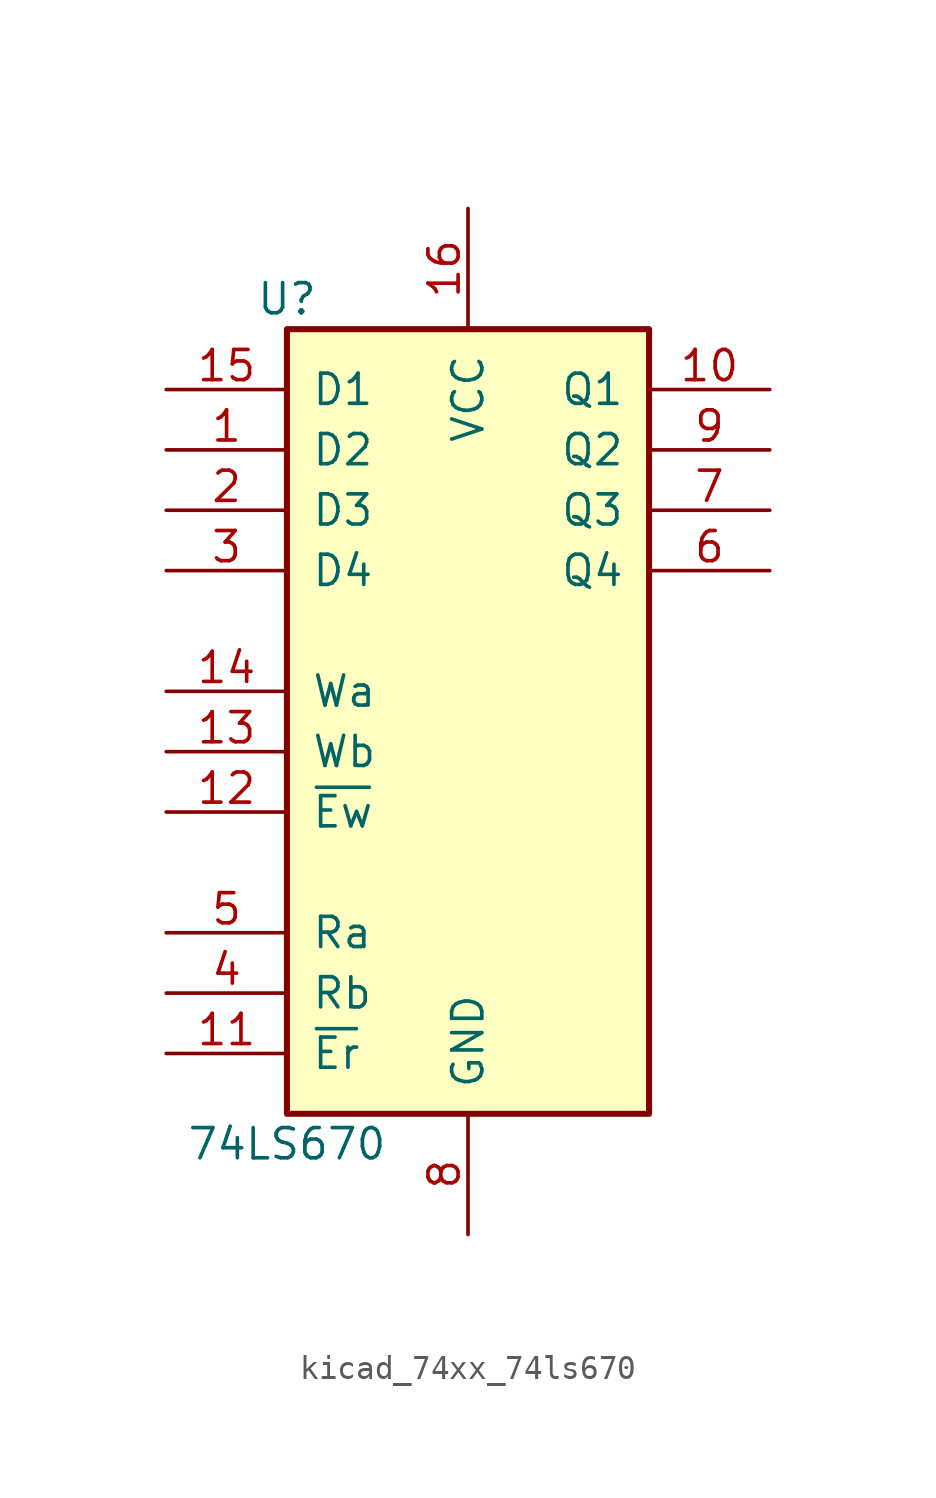
<source format=kicad_sym>
(kicad_symbol_lib
  (version 20220914)
  (generator kicad_symbol_editor)
  (symbol "kicad_74xx_74ls670"
    (pin_names
      (offset 1.016))
    (property "Reference" "U"
      (at -7.62 16.51 0)
      (effects (font (size 1.27 1.27))))
    (property "Value" "74LS670"
      (at -7.62 -19.05 0)
      (effects (font (size 1.27 1.27))))
    (property "ki_locked" ""
      (at 0 0 0)
      (effects (font (size 1.27 1.27))))
    (symbol "kicad_74xx_74ls670_1_0"
      (pin input line (at -12.7 10.16 0) (length 5.08) (name "D2" (effects (font (size 1.27 1.27)))) (number "1" (effects (font (size 1.27 1.27)))))
      (pin tri_state line (at 12.7 12.7 180) (length 5.08) (name "Q1" (effects (font (size 1.27 1.27)))) (number "10" (effects (font (size 1.27 1.27)))))
      (pin input line (at -12.7 -15.24 0) (length 5.08) (name "~{Er}" (effects (font (size 1.27 1.27)))) (number "11" (effects (font (size 1.27 1.27)))))
      (pin input line (at -12.7 -5.08 0) (length 5.08) (name "~{Ew}" (effects (font (size 1.27 1.27)))) (number "12" (effects (font (size 1.27 1.27)))))
      (pin input line (at -12.7 -2.54 0) (length 5.08) (name "Wb" (effects (font (size 1.27 1.27)))) (number "13" (effects (font (size 1.27 1.27)))))
      (pin input line (at -12.7 0 0) (length 5.08) (name "Wa" (effects (font (size 1.27 1.27)))) (number "14" (effects (font (size 1.27 1.27)))))
      (pin input line (at -12.7 12.7 0) (length 5.08) (name "D1" (effects (font (size 1.27 1.27)))) (number "15" (effects (font (size 1.27 1.27)))))
      (pin power_in line (at 0 20.32 270) (length 5.08) (name "VCC" (effects (font (size 1.27 1.27)))) (number "16" (effects (font (size 1.27 1.27)))))
      (pin input line (at -12.7 7.62 0) (length 5.08) (name "D3" (effects (font (size 1.27 1.27)))) (number "2" (effects (font (size 1.27 1.27)))))
      (pin input line (at -12.7 5.08 0) (length 5.08) (name "D4" (effects (font (size 1.27 1.27)))) (number "3" (effects (font (size 1.27 1.27)))))
      (pin input line (at -12.7 -12.7 0) (length 5.08) (name "Rb" (effects (font (size 1.27 1.27)))) (number "4" (effects (font (size 1.27 1.27)))))
      (pin input line (at -12.7 -10.16 0) (length 5.08) (name "Ra" (effects (font (size 1.27 1.27)))) (number "5" (effects (font (size 1.27 1.27)))))
      (pin tri_state line (at 12.7 5.08 180) (length 5.08) (name "Q4" (effects (font (size 1.27 1.27)))) (number "6" (effects (font (size 1.27 1.27)))))
      (pin tri_state line (at 12.7 7.62 180) (length 5.08) (name "Q3" (effects (font (size 1.27 1.27)))) (number "7" (effects (font (size 1.27 1.27)))))
      (pin power_in line (at 0 -22.86 90) (length 5.08) (name "GND" (effects (font (size 1.27 1.27)))) (number "8" (effects (font (size 1.27 1.27)))))
      (pin tri_state line (at 12.7 10.16 180) (length 5.08) (name "Q2" (effects (font (size 1.27 1.27)))) (number "9" (effects (font (size 1.27 1.27))))))
    (symbol "kicad_74xx_74ls670_1_1"
      (rectangle (start -7.62 15.24) (end 7.62 -17.78) (stroke (width 0.254) (type default)) (fill (type background))))))
</source>
